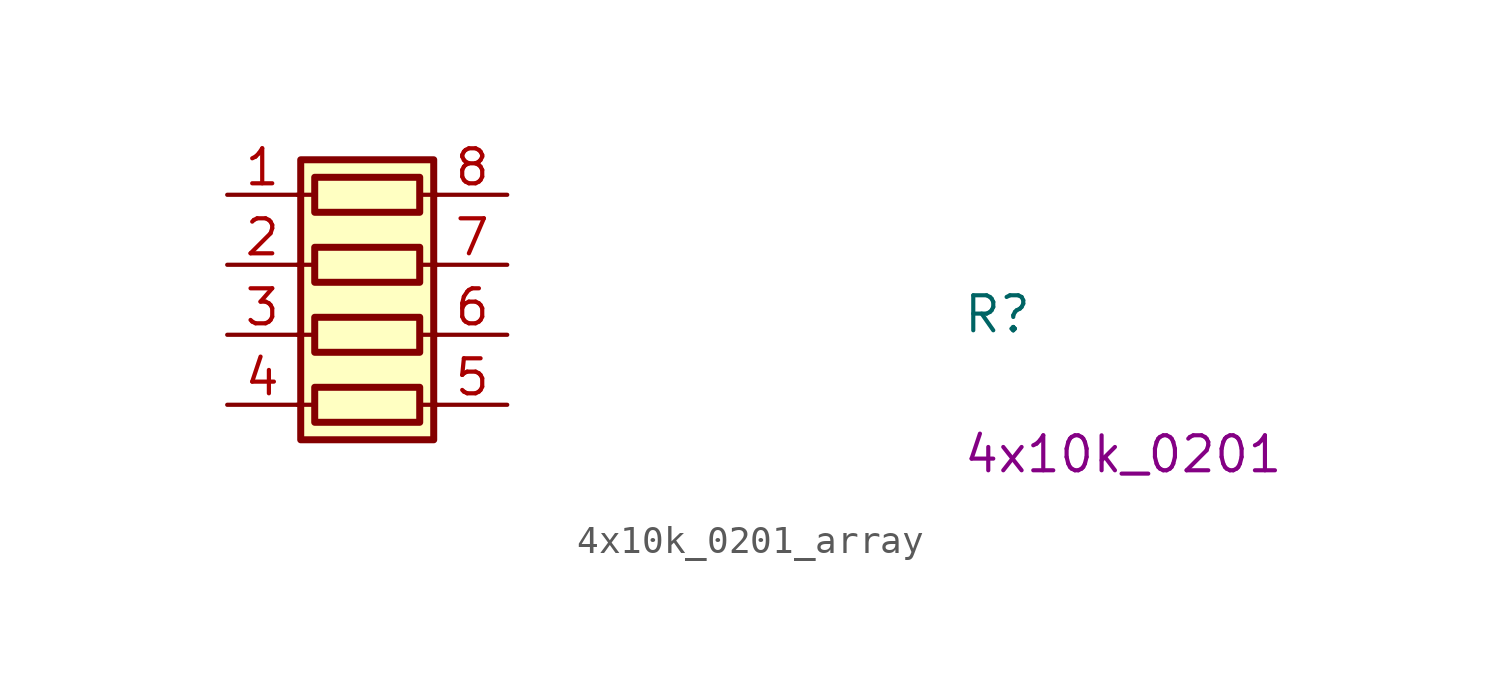
<source format=kicad_sym>
(kicad_symbol_lib
  (version 20220914)
  (generator kicad_symbol_editor)
  (symbol "4x10k_0201_array"
    (pin_names hide)
    (property "Reference" "R"
      (at 26.67 -5.08 0)
      (effects (font (size 1.27 1.27) (thickness 0.15)) (justify left bottom)))
    (property "Val" "4x10k_0201"
      (at 26.67 -10.16 0)
      (effects (font (size 1.27 1.27) (thickness 0.15)) (justify left bottom)))
    (symbol "4x10k_0201_array_0_1"
      (polyline (pts (xy 2.54 -7.62) (xy 3.175 -7.62)) (stroke (width 0) (type default)) (fill (type none)))
      (polyline (pts (xy 2.54 -5.08) (xy 3.175 -5.08)) (stroke (width 0) (type default)) (fill (type none)))
      (polyline (pts (xy 2.54 -2.54) (xy 3.175 -2.54)) (stroke (width 0) (type default)) (fill (type none)))
      (polyline (pts (xy 2.54 0) (xy 3.175 0)) (stroke (width 0) (type default)) (fill (type none)))
      (polyline (pts (xy 6.985 -7.62) (xy 7.62 -7.62)) (stroke (width 0) (type default)) (fill (type none)))
      (polyline (pts (xy 6.985 -5.08) (xy 7.62 -5.08)) (stroke (width 0) (type default)) (fill (type none)))
      (polyline (pts (xy 6.985 -2.54) (xy 7.62 -2.54)) (stroke (width 0) (type default)) (fill (type none)))
      (polyline (pts (xy 6.985 0) (xy 7.62 0)) (stroke (width 0) (type default)) (fill (type none)))
      (rectangle (start 2.667 1.27) (end 7.493 -8.89) (stroke (width 0.254) (type default)) (fill (type background)))
      (rectangle (start 6.985 -6.985) (end 3.175 -8.255) (stroke (width 0.254) (type default)) (fill (type none)))
      (rectangle (start 6.985 -4.445) (end 3.175 -5.715) (stroke (width 0.254) (type default)) (fill (type none)))
      (rectangle (start 6.985 -1.905) (end 3.175 -3.175) (stroke (width 0.254) (type default)) (fill (type none)))
      (rectangle (start 6.985 0.635) (end 3.175 -0.635) (stroke (width 0.254) (type default)) (fill (type none))))
    (symbol "4x10k_0201_array_1_1"
      (pin passive line (at 0 0 0) (length 2.54) (name "R1.1" (effects (font (size 1.27 1.27)))) (number "1" (effects (font (size 1.27 1.27)))))
      (pin passive line (at 0 -2.54 0) (length 2.54) (name "R2.1" (effects (font (size 1.27 1.27)))) (number "2" (effects (font (size 1.27 1.27)))))
      (pin passive line (at 0 -5.08 0) (length 2.54) (name "R3.1" (effects (font (size 1.27 1.27)))) (number "3" (effects (font (size 1.27 1.27)))))
      (pin passive line (at 0 -7.62 0) (length 2.54) (name "R4.1" (effects (font (size 1.27 1.27)))) (number "4" (effects (font (size 1.27 1.27)))))
      (pin passive line (at 10.16 -7.62 180) (length 2.54) (name "R4.2" (effects (font (size 1.27 1.27)))) (number "5" (effects (font (size 1.27 1.27)))))
      (pin passive line (at 10.16 -5.08 180) (length 2.54) (name "R3.2" (effects (font (size 1.27 1.27)))) (number "6" (effects (font (size 1.27 1.27)))))
      (pin passive line (at 10.16 -2.54 180) (length 2.54) (name "R2.2" (effects (font (size 1.27 1.27)))) (number "7" (effects (font (size 1.27 1.27)))))
      (pin passive line (at 10.16 0 180) (length 2.54) (name "R1.2" (effects (font (size 1.27 1.27)))) (number "8" (effects (font (size 1.27 1.27))))))))
</source>
